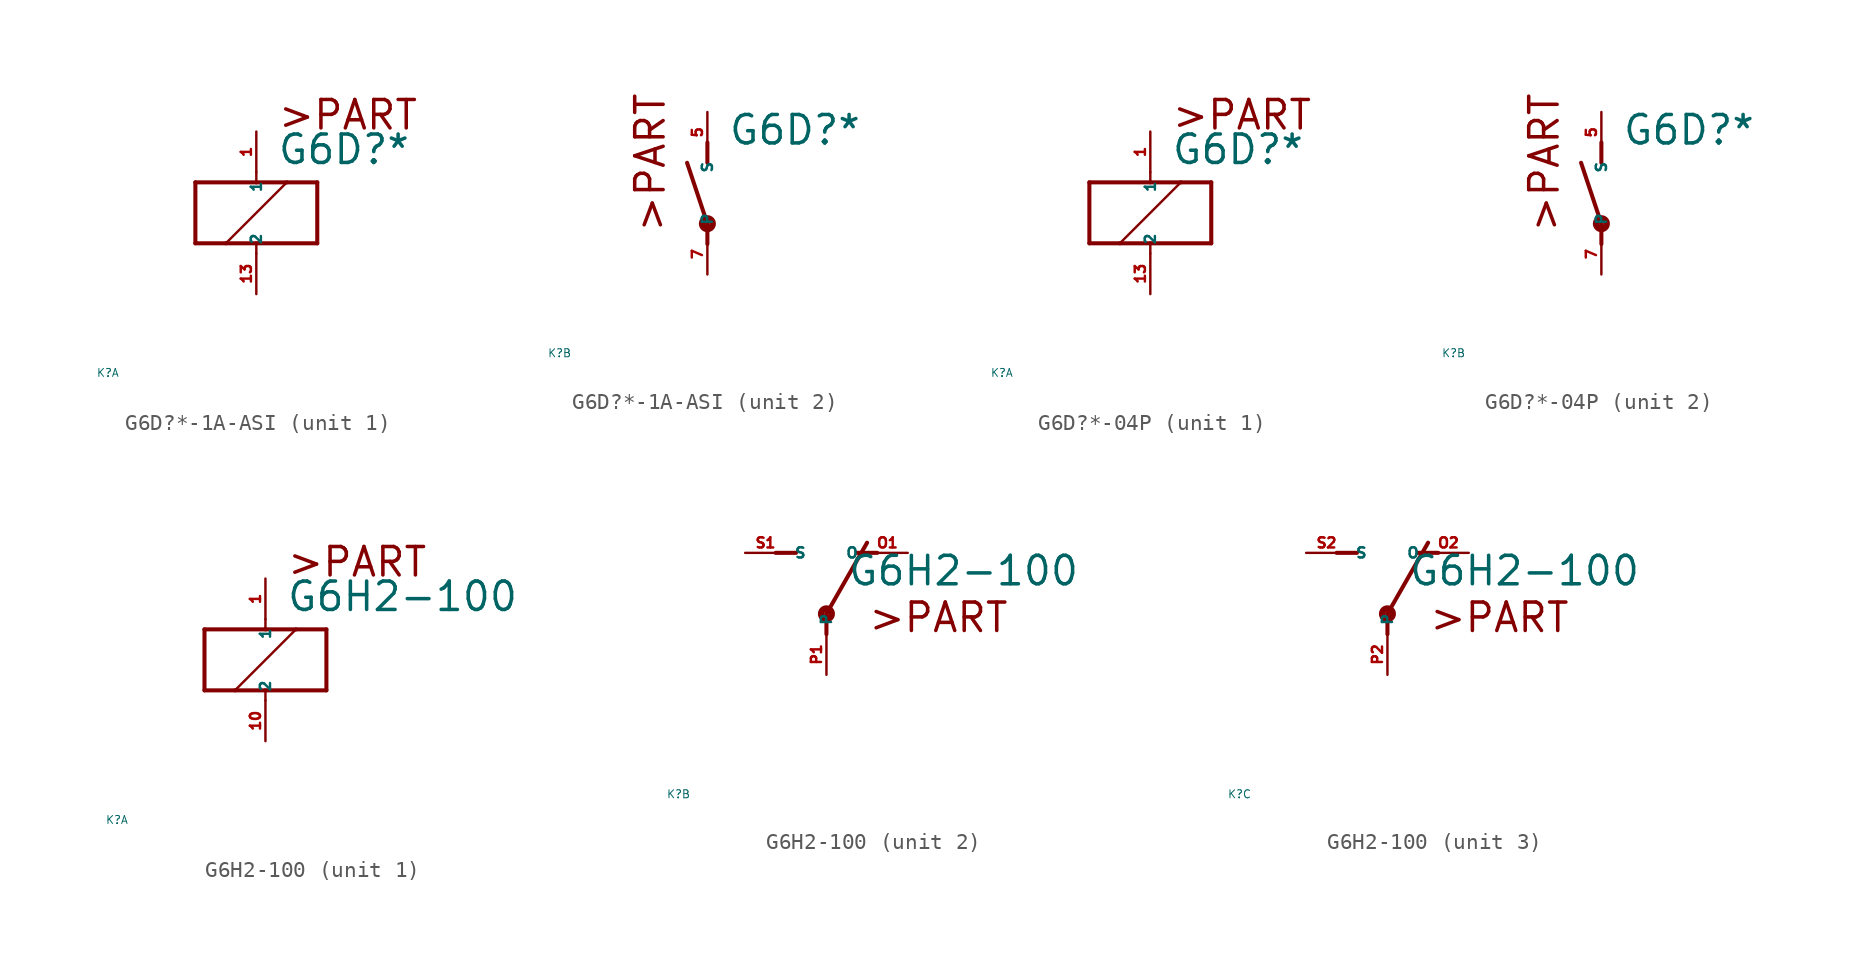
<source format=kicad_sym>
(kicad_symbol_lib
  (version 20220914)
  (generator Eagle2Kicad)
  (symbol "G6D?*-1A-ASI"
    (property "Reference" "K"
      (at -10 -10 0)
      (effects (font (size 0.5 0.5) (thickness 0.06)) (justify left)))
    (property "Value" "G6D?*"
      (at 1.27 2.921 0)
      (effects (font (size 1.778 1.778) (thickness 0.22)) (justify left bottom)))
    (symbol "G6D?*-1A-ASI_1_0"
      (polyline (pts (xy -3.81 -1.905) (xy -1.905 -1.905)) (stroke (width 0.254) (type default)) (fill (type none)))
      (polyline (pts (xy 3.81 -1.905) (xy 3.81 1.905)) (stroke (width 0.254) (type default)) (fill (type none)))
      (polyline (pts (xy 3.81 1.905) (xy 1.905 1.905)) (stroke (width 0.254) (type default)) (fill (type none)))
      (polyline (pts (xy -3.81 1.905) (xy -3.81 -1.905)) (stroke (width 0.254) (type default)) (fill (type none)))
      (polyline (pts (xy 0 -2.54) (xy 0 -1.905)) (stroke (width 0.152) (type default)) (fill (type none)))
      (polyline (pts (xy 0 -1.905) (xy 3.81 -1.905)) (stroke (width 0.254) (type default)) (fill (type none)))
      (polyline (pts (xy 0 2.54) (xy 0 1.905)) (stroke (width 0.152) (type default)) (fill (type none)))
      (polyline (pts (xy 0 1.905) (xy -3.81 1.905)) (stroke (width 0.254) (type default)) (fill (type none)))
      (polyline (pts (xy -1.905 -1.905) (xy 1.905 1.905)) (stroke (width 0.152) (type default)) (fill (type none)))
      (polyline (pts (xy -1.905 -1.905) (xy 0 -1.905)) (stroke (width 0.254) (type default)) (fill (type none)))
      (polyline (pts (xy 1.905 1.905) (xy 0 1.905)) (stroke (width 0.254) (type default)) (fill (type none)))
      (text ">PART" (at 1.27 5.08 0) (effects (font (size 1.778 1.778) (thickness 0.22)) (justify left bottom)))
      (pin passive line (at 0 -5.08 90) (length 2.54) (name "2" (effects (font (size 0.635 0.635) (thickness 0.08)) (justify left bottom))) (number "13" (effects (font (size 0.635 0.635) (thickness 0.08)) (justify left bottom))))
      (pin passive line (at 0 5.08 270) (length 2.54) (name "1" (effects (font (size 0.635 0.635) (thickness 0.08)) (justify left bottom))) (number "1" (effects (font (size 0.635 0.635) (thickness 0.08)) (justify left bottom)))))
    (symbol "G6D?*-1A-ASI_2_0"
      (polyline (pts (xy 0 3.175) (xy 0 1.905)) (stroke (width 0.254) (type default)) (fill (type none)))
      (polyline (pts (xy 0 -3.175) (xy 0 -1.905)) (stroke (width 0.254) (type default)) (fill (type none)))
      (polyline (pts (xy 0 -1.905) (xy -1.27 1.905)) (stroke (width 0.254) (type default)) (fill (type none)))
      (text ">PART" (at -2.54 -2.54 900) (effects (font (size 1.778 1.778) (thickness 0.22)) (justify left bottom)))
      (circle (center 0 -1.905) (radius 0.127) (stroke (width 0.406) (type default)) (fill (type none)))
      (pin passive line (at 0 -5.08 90) (length 2.54) (name "P" (effects (font (size 0.635 0.635) (thickness 0.08)) (justify left bottom))) (number "7" (effects (font (size 0.635 0.635) (thickness 0.08)) (justify left bottom))))
      (pin passive line (at 0 5.08 270) (length 2.54) (name "S" (effects (font (size 0.635 0.635) (thickness 0.08)) (justify left bottom))) (number "5" (effects (font (size 0.635 0.635) (thickness 0.08)) (justify left bottom))))))
  (symbol "G6D?*-04P"
    (property "Reference" "K"
      (at -10 -10 0)
      (effects (font (size 0.5 0.5) (thickness 0.06)) (justify left)))
    (property "Value" "G6D?*"
      (at 1.27 2.921 0)
      (effects (font (size 1.778 1.778) (thickness 0.22)) (justify left bottom)))
    (symbol "G6D?*-04P_1_0"
      (polyline (pts (xy -3.81 -1.905) (xy -1.905 -1.905)) (stroke (width 0.254) (type default)) (fill (type none)))
      (polyline (pts (xy 3.81 -1.905) (xy 3.81 1.905)) (stroke (width 0.254) (type default)) (fill (type none)))
      (polyline (pts (xy 3.81 1.905) (xy 1.905 1.905)) (stroke (width 0.254) (type default)) (fill (type none)))
      (polyline (pts (xy -3.81 1.905) (xy -3.81 -1.905)) (stroke (width 0.254) (type default)) (fill (type none)))
      (polyline (pts (xy 0 -2.54) (xy 0 -1.905)) (stroke (width 0.152) (type default)) (fill (type none)))
      (polyline (pts (xy 0 -1.905) (xy 3.81 -1.905)) (stroke (width 0.254) (type default)) (fill (type none)))
      (polyline (pts (xy 0 2.54) (xy 0 1.905)) (stroke (width 0.152) (type default)) (fill (type none)))
      (polyline (pts (xy 0 1.905) (xy -3.81 1.905)) (stroke (width 0.254) (type default)) (fill (type none)))
      (polyline (pts (xy -1.905 -1.905) (xy 1.905 1.905)) (stroke (width 0.152) (type default)) (fill (type none)))
      (polyline (pts (xy -1.905 -1.905) (xy 0 -1.905)) (stroke (width 0.254) (type default)) (fill (type none)))
      (polyline (pts (xy 1.905 1.905) (xy 0 1.905)) (stroke (width 0.254) (type default)) (fill (type none)))
      (text ">PART" (at 1.27 5.08 0) (effects (font (size 1.778 1.778) (thickness 0.22)) (justify left bottom)))
      (pin passive line (at 0 -5.08 90) (length 2.54) (name "2" (effects (font (size 0.635 0.635) (thickness 0.08)) (justify left bottom))) (number "13" (effects (font (size 0.635 0.635) (thickness 0.08)) (justify left bottom))))
      (pin passive line (at 0 5.08 270) (length 2.54) (name "1" (effects (font (size 0.635 0.635) (thickness 0.08)) (justify left bottom))) (number "1" (effects (font (size 0.635 0.635) (thickness 0.08)) (justify left bottom)))))
    (symbol "G6D?*-04P_2_0"
      (polyline (pts (xy 0 3.175) (xy 0 1.905)) (stroke (width 0.254) (type default)) (fill (type none)))
      (polyline (pts (xy 0 -3.175) (xy 0 -1.905)) (stroke (width 0.254) (type default)) (fill (type none)))
      (polyline (pts (xy 0 -1.905) (xy -1.27 1.905)) (stroke (width 0.254) (type default)) (fill (type none)))
      (text ">PART" (at -2.54 -2.54 900) (effects (font (size 1.778 1.778) (thickness 0.22)) (justify left bottom)))
      (circle (center 0 -1.905) (radius 0.127) (stroke (width 0.406) (type default)) (fill (type none)))
      (pin passive line (at 0 -5.08 90) (length 2.54) (name "P" (effects (font (size 0.635 0.635) (thickness 0.08)) (justify left bottom))) (number "7" (effects (font (size 0.635 0.635) (thickness 0.08)) (justify left bottom))))
      (pin passive line (at 0 5.08 270) (length 2.54) (name "S" (effects (font (size 0.635 0.635) (thickness 0.08)) (justify left bottom))) (number "5" (effects (font (size 0.635 0.635) (thickness 0.08)) (justify left bottom))))))
  (symbol "G6H2-100"
    (property "Reference" "K"
      (at -10 -10 0)
      (effects (font (size 0.5 0.5) (thickness 0.06)) (justify left)))
    (property "Value" "G6H2-100"
      (at 1.27 2.921 0)
      (effects (font (size 1.778 1.778) (thickness 0.22)) (justify left bottom)))
    (symbol "G6H2-100_1_0"
      (polyline (pts (xy -3.81 -1.905) (xy -1.905 -1.905)) (stroke (width 0.254) (type default)) (fill (type none)))
      (polyline (pts (xy 3.81 -1.905) (xy 3.81 1.905)) (stroke (width 0.254) (type default)) (fill (type none)))
      (polyline (pts (xy 3.81 1.905) (xy 1.905 1.905)) (stroke (width 0.254) (type default)) (fill (type none)))
      (polyline (pts (xy -3.81 1.905) (xy -3.81 -1.905)) (stroke (width 0.254) (type default)) (fill (type none)))
      (polyline (pts (xy 0 -2.54) (xy 0 -1.905)) (stroke (width 0.152) (type default)) (fill (type none)))
      (polyline (pts (xy 0 -1.905) (xy 3.81 -1.905)) (stroke (width 0.254) (type default)) (fill (type none)))
      (polyline (pts (xy 0 2.54) (xy 0 1.905)) (stroke (width 0.152) (type default)) (fill (type none)))
      (polyline (pts (xy 0 1.905) (xy -3.81 1.905)) (stroke (width 0.254) (type default)) (fill (type none)))
      (polyline (pts (xy -1.905 -1.905) (xy 1.905 1.905)) (stroke (width 0.152) (type default)) (fill (type none)))
      (polyline (pts (xy -1.905 -1.905) (xy 0 -1.905)) (stroke (width 0.254) (type default)) (fill (type none)))
      (polyline (pts (xy 1.905 1.905) (xy 0 1.905)) (stroke (width 0.254) (type default)) (fill (type none)))
      (text ">PART" (at 1.27 5.08 0) (effects (font (size 1.778 1.778) (thickness 0.22)) (justify left bottom)))
      (pin passive line (at 0 -5.08 90) (length 2.54) (name "2" (effects (font (size 0.635 0.635) (thickness 0.08)) (justify left bottom))) (number "10" (effects (font (size 0.635 0.635) (thickness 0.08)) (justify left bottom))))
      (pin passive line (at 0 5.08 270) (length 2.54) (name "1" (effects (font (size 0.635 0.635) (thickness 0.08)) (justify left bottom))) (number "1" (effects (font (size 0.635 0.635) (thickness 0.08)) (justify left bottom)))))
    (symbol "G6H2-100_2_0"
      (polyline (pts (xy 3.175 5.08) (xy 1.905 5.08)) (stroke (width 0.254) (type default)) (fill (type none)))
      (polyline (pts (xy -3.175 5.08) (xy -1.905 5.08)) (stroke (width 0.254) (type default)) (fill (type none)))
      (polyline (pts (xy 0 1.27) (xy 2.54 5.715)) (stroke (width 0.254) (type default)) (fill (type none)))
      (polyline (pts (xy 0 1.27) (xy 0 0)) (stroke (width 0.254) (type default)) (fill (type none)))
      (text ">PART" (at 2.54 0 0) (effects (font (size 1.778 1.778) (thickness 0.22)) (justify left bottom)))
      (circle (center 0 1.27) (radius 0.127) (stroke (width 0.406) (type default)) (fill (type none)))
      (pin passive line (at 5.08 5.08 180) (length 2.54) (name "O" (effects (font (size 0.635 0.635) (thickness 0.08)) (justify left bottom))) (number "O1" (effects (font (size 0.635 0.635) (thickness 0.08)) (justify left bottom))))
      (pin passive line (at -5.08 5.08 0) (length 2.54) (name "S" (effects (font (size 0.635 0.635) (thickness 0.08)) (justify left bottom))) (number "S1" (effects (font (size 0.635 0.635) (thickness 0.08)) (justify left bottom))))
      (pin passive line (at 0 -2.54 90) (length 2.54) (name "P" (effects (font (size 0.635 0.635) (thickness 0.08)) (justify left bottom))) (number "P1" (effects (font (size 0.635 0.635) (thickness 0.08)) (justify left bottom)))))
    (symbol "G6H2-100_3_0"
      (polyline (pts (xy 3.175 5.08) (xy 1.905 5.08)) (stroke (width 0.254) (type default)) (fill (type none)))
      (polyline (pts (xy -3.175 5.08) (xy -1.905 5.08)) (stroke (width 0.254) (type default)) (fill (type none)))
      (polyline (pts (xy 0 1.27) (xy 2.54 5.715)) (stroke (width 0.254) (type default)) (fill (type none)))
      (polyline (pts (xy 0 1.27) (xy 0 0)) (stroke (width 0.254) (type default)) (fill (type none)))
      (text ">PART" (at 2.54 0 0) (effects (font (size 1.778 1.778) (thickness 0.22)) (justify left bottom)))
      (circle (center 0 1.27) (radius 0.127) (stroke (width 0.406) (type default)) (fill (type none)))
      (pin passive line (at 5.08 5.08 180) (length 2.54) (name "O" (effects (font (size 0.635 0.635) (thickness 0.08)) (justify left bottom))) (number "O2" (effects (font (size 0.635 0.635) (thickness 0.08)) (justify left bottom))))
      (pin passive line (at -5.08 5.08 0) (length 2.54) (name "S" (effects (font (size 0.635 0.635) (thickness 0.08)) (justify left bottom))) (number "S2" (effects (font (size 0.635 0.635) (thickness 0.08)) (justify left bottom))))
      (pin passive line (at 0 -2.54 90) (length 2.54) (name "P" (effects (font (size 0.635 0.635) (thickness 0.08)) (justify left bottom))) (number "P2" (effects (font (size 0.635 0.635) (thickness 0.08)) (justify left bottom)))))))
</source>
